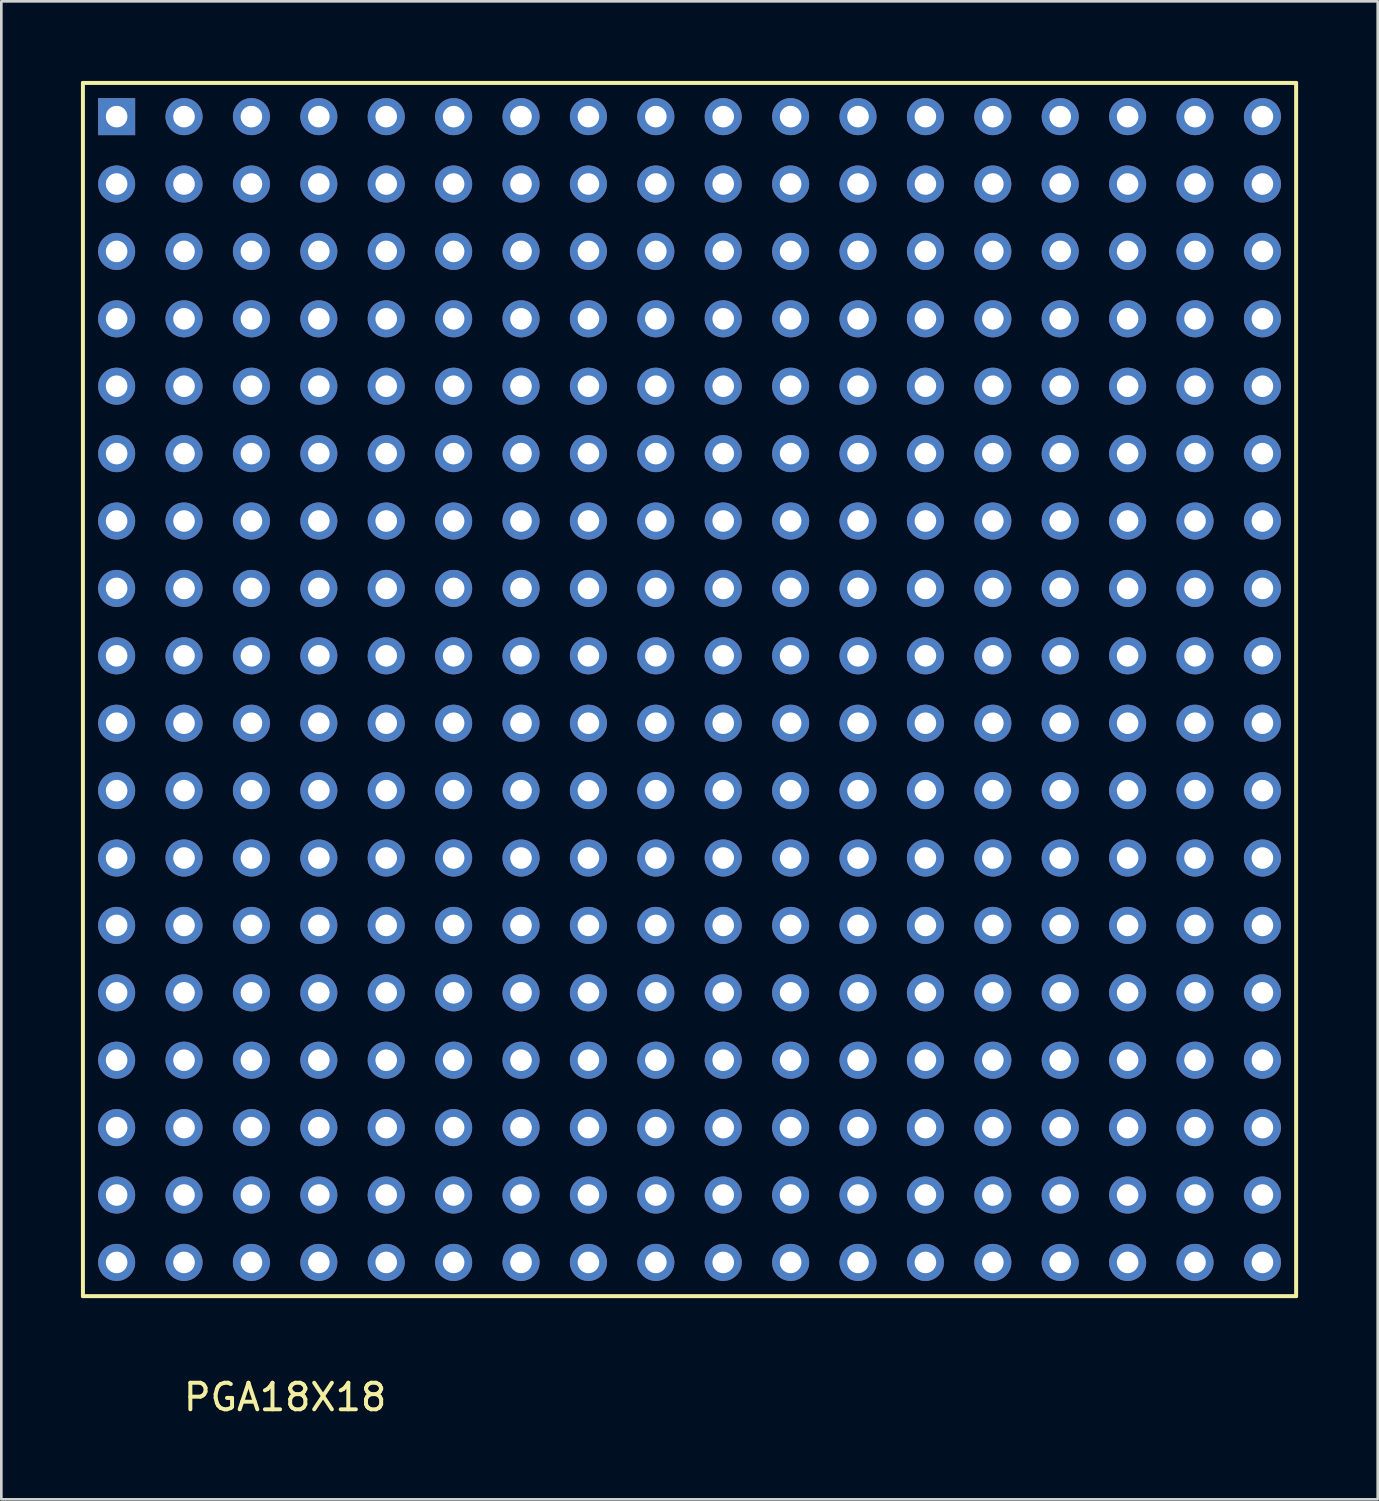
<source format=kicad_pcb>
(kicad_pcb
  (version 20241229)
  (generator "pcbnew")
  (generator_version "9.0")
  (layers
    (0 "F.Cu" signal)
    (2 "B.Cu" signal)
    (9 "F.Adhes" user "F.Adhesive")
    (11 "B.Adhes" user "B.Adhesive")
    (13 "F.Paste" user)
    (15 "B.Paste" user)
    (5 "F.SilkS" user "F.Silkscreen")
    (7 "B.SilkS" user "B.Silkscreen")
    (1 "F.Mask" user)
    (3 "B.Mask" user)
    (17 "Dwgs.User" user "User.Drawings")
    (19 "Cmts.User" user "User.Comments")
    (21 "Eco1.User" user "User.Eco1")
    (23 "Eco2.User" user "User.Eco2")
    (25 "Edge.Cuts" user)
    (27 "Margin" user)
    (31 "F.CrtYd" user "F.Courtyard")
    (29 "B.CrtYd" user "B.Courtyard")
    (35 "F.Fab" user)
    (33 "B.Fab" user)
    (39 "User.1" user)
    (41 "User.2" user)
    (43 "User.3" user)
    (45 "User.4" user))
  (footprint "PGA18X18"
    (layer "F.Cu")
    (at 22.935 22.935)
    (property "Reference" "PGA18X18" (at -15.24 26.67 0) (layer "F.SilkS") (effects (font (size 1 1) (thickness 0.15))))
    (attr through_hole)
    (fp_line (start -22.86 -22.86) (end 22.86 -22.86) (stroke (width 0.15) (type solid)) (layer "F.SilkS"))
    (fp_line (start -22.86 22.86) (end -22.86 -22.86) (stroke (width 0.15) (type solid)) (layer "F.SilkS"))
    (fp_line (start 22.86 -22.86) (end 22.86 22.86) (stroke (width 0.15) (type solid)) (layer "F.SilkS"))
    (fp_line (start 22.86 22.86) (end -22.86 22.86) (stroke (width 0.15) (type solid)) (layer "F.SilkS"))
    (pad "A1" thru_hole rect (at -21.59 -21.59) (size 1.397 1.397) (drill 0.813) (layers "*.Cu" "*.Mask"))
    (pad "A2" thru_hole circle (at -19.05 -21.59) (size 1.397 1.397) (drill 0.813) (layers "*.Cu" "*.Mask"))
    (pad "A3" thru_hole circle (at -16.51 -21.59) (size 1.397 1.397) (drill 0.813) (layers "*.Cu" "*.Mask"))
    (pad "A4" thru_hole circle (at -13.97 -21.59) (size 1.397 1.397) (drill 0.813) (layers "*.Cu" "*.Mask"))
    (pad "A5" thru_hole circle (at -11.43 -21.59) (size 1.397 1.397) (drill 0.813) (layers "*.Cu" "*.Mask"))
    (pad "A6" thru_hole circle (at -8.89 -21.59) (size 1.397 1.397) (drill 0.813) (layers "*.Cu" "*.Mask"))
    (pad "A7" thru_hole circle (at -6.35 -21.59) (size 1.397 1.397) (drill 0.813) (layers "*.Cu" "*.Mask"))
    (pad "A8" thru_hole circle (at -3.81 -21.59) (size 1.397 1.397) (drill 0.813) (layers "*.Cu" "*.Mask"))
    (pad "A9" thru_hole circle (at -1.27 -21.59) (size 1.397 1.397) (drill 0.813) (layers "*.Cu" "*.Mask"))
    (pad "A10" thru_hole circle (at 1.27 -21.59) (size 1.397 1.397) (drill 0.813) (layers "*.Cu" "*.Mask"))
    (pad "A11" thru_hole circle (at 3.81 -21.59) (size 1.397 1.397) (drill 0.813) (layers "*.Cu" "*.Mask"))
    (pad "A12" thru_hole circle (at 6.35 -21.59) (size 1.397 1.397) (drill 0.813) (layers "*.Cu" "*.Mask"))
    (pad "A13" thru_hole circle (at 8.89 -21.59) (size 1.397 1.397) (drill 0.813) (layers "*.Cu" "*.Mask"))
    (pad "A14" thru_hole circle (at 11.43 -21.59) (size 1.397 1.397) (drill 0.813) (layers "*.Cu" "*.Mask"))
    (pad "A15" thru_hole circle (at 13.97 -21.59) (size 1.397 1.397) (drill 0.813) (layers "*.Cu" "*.Mask"))
    (pad "A16" thru_hole circle (at 16.51 -21.59) (size 1.397 1.397) (drill 0.813) (layers "*.Cu" "*.Mask"))
    (pad "A17" thru_hole circle (at 19.05 -21.59) (size 1.397 1.397) (drill 0.813) (layers "*.Cu" "*.Mask"))
    (pad "A18" thru_hole circle (at 21.59 -21.59) (size 1.397 1.397) (drill 0.813) (layers "*.Cu" "*.Mask"))
    (pad "B1" thru_hole circle (at -21.59 -19.05) (size 1.397 1.397) (drill 0.813) (layers "*.Cu" "*.Mask"))
    (pad "B2" thru_hole circle (at -19.05 -19.05) (size 1.397 1.397) (drill 0.813) (layers "*.Cu" "*.Mask"))
    (pad "B3" thru_hole circle (at -16.51 -19.05) (size 1.397 1.397) (drill 0.813) (layers "*.Cu" "*.Mask"))
    (pad "B4" thru_hole circle (at -13.97 -19.05) (size 1.397 1.397) (drill 0.813) (layers "*.Cu" "*.Mask"))
    (pad "B5" thru_hole circle (at -11.43 -19.05) (size 1.397 1.397) (drill 0.813) (layers "*.Cu" "*.Mask"))
    (pad "B6" thru_hole circle (at -8.89 -19.05) (size 1.397 1.397) (drill 0.813) (layers "*.Cu" "*.Mask"))
    (pad "B7" thru_hole circle (at -6.35 -19.05) (size 1.397 1.397) (drill 0.813) (layers "*.Cu" "*.Mask"))
    (pad "B8" thru_hole circle (at -3.81 -19.05) (size 1.397 1.397) (drill 0.813) (layers "*.Cu" "*.Mask"))
    (pad "B9" thru_hole circle (at -1.27 -19.05) (size 1.397 1.397) (drill 0.813) (layers "*.Cu" "*.Mask"))
    (pad "B10" thru_hole circle (at 1.27 -19.05) (size 1.397 1.397) (drill 0.813) (layers "*.Cu" "*.Mask"))
    (pad "B11" thru_hole circle (at 3.81 -19.05) (size 1.397 1.397) (drill 0.813) (layers "*.Cu" "*.Mask"))
    (pad "B12" thru_hole circle (at 6.35 -19.05) (size 1.397 1.397) (drill 0.813) (layers "*.Cu" "*.Mask"))
    (pad "B13" thru_hole circle (at 8.89 -19.05) (size 1.397 1.397) (drill 0.813) (layers "*.Cu" "*.Mask"))
    (pad "B14" thru_hole circle (at 11.43 -19.05) (size 1.397 1.397) (drill 0.813) (layers "*.Cu" "*.Mask"))
    (pad "B15" thru_hole circle (at 13.97 -19.05) (size 1.397 1.397) (drill 0.813) (layers "*.Cu" "*.Mask"))
    (pad "B16" thru_hole circle (at 16.51 -19.05) (size 1.397 1.397) (drill 0.813) (layers "*.Cu" "*.Mask"))
    (pad "B17" thru_hole circle (at 19.05 -19.05) (size 1.397 1.397) (drill 0.813) (layers "*.Cu" "*.Mask"))
    (pad "B18" thru_hole circle (at 21.59 -19.05) (size 1.397 1.397) (drill 0.813) (layers "*.Cu" "*.Mask"))
    (pad "C1" thru_hole circle (at -21.59 -16.51) (size 1.397 1.397) (drill 0.813) (layers "*.Cu" "*.Mask"))
    (pad "C2" thru_hole circle (at -19.05 -16.51) (size 1.397 1.397) (drill 0.813) (layers "*.Cu" "*.Mask"))
    (pad "C3" thru_hole circle (at -16.51 -16.51) (size 1.397 1.397) (drill 0.813) (layers "*.Cu" "*.Mask"))
    (pad "C4" thru_hole circle (at -13.97 -16.51) (size 1.397 1.397) (drill 0.813) (layers "*.Cu" "*.Mask"))
    (pad "C5" thru_hole circle (at -11.43 -16.51) (size 1.397 1.397) (drill 0.813) (layers "*.Cu" "*.Mask"))
    (pad "C6" thru_hole circle (at -8.89 -16.51) (size 1.397 1.397) (drill 0.813) (layers "*.Cu" "*.Mask"))
    (pad "C7" thru_hole circle (at -6.35 -16.51) (size 1.397 1.397) (drill 0.813) (layers "*.Cu" "*.Mask"))
    (pad "C8" thru_hole circle (at -3.81 -16.51) (size 1.397 1.397) (drill 0.813) (layers "*.Cu" "*.Mask"))
    (pad "C9" thru_hole circle (at -1.27 -16.51) (size 1.397 1.397) (drill 0.813) (layers "*.Cu" "*.Mask"))
    (pad "C10" thru_hole circle (at 1.27 -16.51) (size 1.397 1.397) (drill 0.813) (layers "*.Cu" "*.Mask"))
    (pad "C11" thru_hole circle (at 3.81 -16.51) (size 1.397 1.397) (drill 0.813) (layers "*.Cu" "*.Mask"))
    (pad "C12" thru_hole circle (at 6.35 -16.51) (size 1.397 1.397) (drill 0.813) (layers "*.Cu" "*.Mask"))
    (pad "C13" thru_hole circle (at 8.89 -16.51) (size 1.397 1.397) (drill 0.813) (layers "*.Cu" "*.Mask"))
    (pad "C14" thru_hole circle (at 11.43 -16.51) (size 1.397 1.397) (drill 0.813) (layers "*.Cu" "*.Mask"))
    (pad "C15" thru_hole circle (at 13.97 -16.51) (size 1.397 1.397) (drill 0.813) (layers "*.Cu" "*.Mask"))
    (pad "C16" thru_hole circle (at 16.51 -16.51) (size 1.397 1.397) (drill 0.813) (layers "*.Cu" "*.Mask"))
    (pad "C17" thru_hole circle (at 19.05 -16.51) (size 1.397 1.397) (drill 0.813) (layers "*.Cu" "*.Mask"))
    (pad "C18" thru_hole circle (at 21.59 -16.51) (size 1.397 1.397) (drill 0.813) (layers "*.Cu" "*.Mask"))
    (pad "D1" thru_hole circle (at -21.59 -13.97) (size 1.397 1.397) (drill 0.813) (layers "*.Cu" "*.Mask"))
    (pad "D2" thru_hole circle (at -19.05 -13.97) (size 1.397 1.397) (drill 0.813) (layers "*.Cu" "*.Mask"))
    (pad "D3" thru_hole circle (at -16.51 -13.97) (size 1.397 1.397) (drill 0.813) (layers "*.Cu" "*.Mask"))
    (pad "D4" thru_hole circle (at -13.97 -13.97) (size 1.397 1.397) (drill 0.813) (layers "*.Cu" "*.Mask"))
    (pad "D5" thru_hole circle (at -11.43 -13.97) (size 1.397 1.397) (drill 0.813) (layers "*.Cu" "*.Mask"))
    (pad "D6" thru_hole circle (at -8.89 -13.97) (size 1.397 1.397) (drill 0.813) (layers "*.Cu" "*.Mask"))
    (pad "D7" thru_hole circle (at -6.35 -13.97) (size 1.397 1.397) (drill 0.813) (layers "*.Cu" "*.Mask"))
    (pad "D8" thru_hole circle (at -3.81 -13.97) (size 1.397 1.397) (drill 0.813) (layers "*.Cu" "*.Mask"))
    (pad "D9" thru_hole circle (at -1.27 -13.97) (size 1.397 1.397) (drill 0.813) (layers "*.Cu" "*.Mask"))
    (pad "D10" thru_hole circle (at 1.27 -13.97) (size 1.397 1.397) (drill 0.813) (layers "*.Cu" "*.Mask"))
    (pad "D11" thru_hole circle (at 3.81 -13.97) (size 1.397 1.397) (drill 0.813) (layers "*.Cu" "*.Mask"))
    (pad "D12" thru_hole circle (at 6.35 -13.97) (size 1.397 1.397) (drill 0.813) (layers "*.Cu" "*.Mask"))
    (pad "D13" thru_hole circle (at 8.89 -13.97) (size 1.397 1.397) (drill 0.813) (layers "*.Cu" "*.Mask"))
    (pad "D14" thru_hole circle (at 11.43 -13.97) (size 1.397 1.397) (drill 0.813) (layers "*.Cu" "*.Mask"))
    (pad "D15" thru_hole circle (at 13.97 -13.97) (size 1.397 1.397) (drill 0.813) (layers "*.Cu" "*.Mask"))
    (pad "D16" thru_hole circle (at 16.51 -13.97) (size 1.397 1.397) (drill 0.813) (layers "*.Cu" "*.Mask"))
    (pad "D17" thru_hole circle (at 19.05 -13.97) (size 1.397 1.397) (drill 0.813) (layers "*.Cu" "*.Mask"))
    (pad "D18" thru_hole circle (at 21.59 -13.97) (size 1.397 1.397) (drill 0.813) (layers "*.Cu" "*.Mask"))
    (pad "E1" thru_hole circle (at -21.59 -11.43) (size 1.397 1.397) (drill 0.813) (layers "*.Cu" "*.Mask"))
    (pad "E2" thru_hole circle (at -19.05 -11.43) (size 1.397 1.397) (drill 0.813) (layers "*.Cu" "*.Mask"))
    (pad "E3" thru_hole circle (at -16.51 -11.43) (size 1.397 1.397) (drill 0.813) (layers "*.Cu" "*.Mask"))
    (pad "E4" thru_hole circle (at -13.97 -11.43) (size 1.397 1.397) (drill 0.813) (layers "*.Cu" "*.Mask"))
    (pad "E5" thru_hole circle (at -11.43 -11.43) (size 1.397 1.397) (drill 0.813) (layers "*.Cu" "*.Mask"))
    (pad "E6" thru_hole circle (at -8.89 -11.43) (size 1.397 1.397) (drill 0.813) (layers "*.Cu" "*.Mask"))
    (pad "E7" thru_hole circle (at -6.35 -11.43) (size 1.397 1.397) (drill 0.813) (layers "*.Cu" "*.Mask"))
    (pad "E8" thru_hole circle (at -3.81 -11.43) (size 1.397 1.397) (drill 0.813) (layers "*.Cu" "*.Mask"))
    (pad "E9" thru_hole circle (at -1.27 -11.43) (size 1.397 1.397) (drill 0.813) (layers "*.Cu" "*.Mask"))
    (pad "E10" thru_hole circle (at 1.27 -11.43) (size 1.397 1.397) (drill 0.813) (layers "*.Cu" "*.Mask"))
    (pad "E11" thru_hole circle (at 3.81 -11.43) (size 1.397 1.397) (drill 0.813) (layers "*.Cu" "*.Mask"))
    (pad "E12" thru_hole circle (at 6.35 -11.43) (size 1.397 1.397) (drill 0.813) (layers "*.Cu" "*.Mask"))
    (pad "E13" thru_hole circle (at 8.89 -11.43) (size 1.397 1.397) (drill 0.813) (layers "*.Cu" "*.Mask"))
    (pad "E14" thru_hole circle (at 11.43 -11.43) (size 1.397 1.397) (drill 0.813) (layers "*.Cu" "*.Mask"))
    (pad "E15" thru_hole circle (at 13.97 -11.43) (size 1.397 1.397) (drill 0.813) (layers "*.Cu" "*.Mask"))
    (pad "E16" thru_hole circle (at 16.51 -11.43) (size 1.397 1.397) (drill 0.813) (layers "*.Cu" "*.Mask"))
    (pad "E17" thru_hole circle (at 19.05 -11.43) (size 1.397 1.397) (drill 0.813) (layers "*.Cu" "*.Mask"))
    (pad "E18" thru_hole circle (at 21.59 -11.43) (size 1.397 1.397) (drill 0.813) (layers "*.Cu" "*.Mask"))
    (pad "F1" thru_hole circle (at -21.59 -8.89) (size 1.397 1.397) (drill 0.813) (layers "*.Cu" "*.Mask"))
    (pad "F2" thru_hole circle (at -19.05 -8.89) (size 1.397 1.397) (drill 0.813) (layers "*.Cu" "*.Mask"))
    (pad "F3" thru_hole circle (at -16.51 -8.89) (size 1.397 1.397) (drill 0.813) (layers "*.Cu" "*.Mask"))
    (pad "F4" thru_hole circle (at -13.97 -8.89) (size 1.397 1.397) (drill 0.813) (layers "*.Cu" "*.Mask"))
    (pad "F5" thru_hole circle (at -11.43 -8.89) (size 1.397 1.397) (drill 0.813) (layers "*.Cu" "*.Mask"))
    (pad "F6" thru_hole circle (at -8.89 -8.89) (size 1.397 1.397) (drill 0.813) (layers "*.Cu" "*.Mask"))
    (pad "F7" thru_hole circle (at -6.35 -8.89) (size 1.397 1.397) (drill 0.813) (layers "*.Cu" "*.Mask"))
    (pad "F8" thru_hole circle (at -3.81 -8.89) (size 1.397 1.397) (drill 0.813) (layers "*.Cu" "*.Mask"))
    (pad "F9" thru_hole circle (at -1.27 -8.89) (size 1.397 1.397) (drill 0.813) (layers "*.Cu" "*.Mask"))
    (pad "F10" thru_hole circle (at 1.27 -8.89) (size 1.397 1.397) (drill 0.813) (layers "*.Cu" "*.Mask"))
    (pad "F11" thru_hole circle (at 3.81 -8.89) (size 1.397 1.397) (drill 0.813) (layers "*.Cu" "*.Mask"))
    (pad "F12" thru_hole circle (at 6.35 -8.89) (size 1.397 1.397) (drill 0.813) (layers "*.Cu" "*.Mask"))
    (pad "F13" thru_hole circle (at 8.89 -8.89) (size 1.397 1.397) (drill 0.813) (layers "*.Cu" "*.Mask"))
    (pad "F14" thru_hole circle (at 11.43 -8.89) (size 1.397 1.397) (drill 0.813) (layers "*.Cu" "*.Mask"))
    (pad "F15" thru_hole circle (at 13.97 -8.89) (size 1.397 1.397) (drill 0.813) (layers "*.Cu" "*.Mask"))
    (pad "F16" thru_hole circle (at 16.51 -8.89) (size 1.397 1.397) (drill 0.813) (layers "*.Cu" "*.Mask"))
    (pad "F17" thru_hole circle (at 19.05 -8.89) (size 1.397 1.397) (drill 0.813) (layers "*.Cu" "*.Mask"))
    (pad "F18" thru_hole circle (at 21.59 -8.89) (size 1.397 1.397) (drill 0.813) (layers "*.Cu" "*.Mask"))
    (pad "G1" thru_hole circle (at -21.59 -6.35) (size 1.397 1.397) (drill 0.813) (layers "*.Cu" "*.Mask"))
    (pad "G2" thru_hole circle (at -19.05 -6.35) (size 1.397 1.397) (drill 0.813) (layers "*.Cu" "*.Mask"))
    (pad "G3" thru_hole circle (at -16.51 -6.35) (size 1.397 1.397) (drill 0.813) (layers "*.Cu" "*.Mask"))
    (pad "G4" thru_hole circle (at -13.97 -6.35) (size 1.397 1.397) (drill 0.813) (layers "*.Cu" "*.Mask"))
    (pad "G5" thru_hole circle (at -11.43 -6.35) (size 1.397 1.397) (drill 0.813) (layers "*.Cu" "*.Mask"))
    (pad "G6" thru_hole circle (at -8.89 -6.35) (size 1.397 1.397) (drill 0.813) (layers "*.Cu" "*.Mask"))
    (pad "G7" thru_hole circle (at -6.35 -6.35) (size 1.397 1.397) (drill 0.813) (layers "*.Cu" "*.Mask"))
    (pad "G8" thru_hole circle (at -3.81 -6.35) (size 1.397 1.397) (drill 0.813) (layers "*.Cu" "*.Mask"))
    (pad "G9" thru_hole circle (at -1.27 -6.35) (size 1.397 1.397) (drill 0.813) (layers "*.Cu" "*.Mask"))
    (pad "G10" thru_hole circle (at 1.27 -6.35) (size 1.397 1.397) (drill 0.813) (layers "*.Cu" "*.Mask"))
    (pad "G11" thru_hole circle (at 3.81 -6.35) (size 1.397 1.397) (drill 0.813) (layers "*.Cu" "*.Mask"))
    (pad "G12" thru_hole circle (at 6.35 -6.35) (size 1.397 1.397) (drill 0.813) (layers "*.Cu" "*.Mask"))
    (pad "G13" thru_hole circle (at 8.89 -6.35) (size 1.397 1.397) (drill 0.813) (layers "*.Cu" "*.Mask"))
    (pad "G14" thru_hole circle (at 11.43 -6.35) (size 1.397 1.397) (drill 0.813) (layers "*.Cu" "*.Mask"))
    (pad "G15" thru_hole circle (at 13.97 -6.35) (size 1.397 1.397) (drill 0.813) (layers "*.Cu" "*.Mask"))
    (pad "G16" thru_hole circle (at 16.51 -6.35) (size 1.397 1.397) (drill 0.813) (layers "*.Cu" "*.Mask"))
    (pad "G17" thru_hole circle (at 19.05 -6.35) (size 1.397 1.397) (drill 0.813) (layers "*.Cu" "*.Mask"))
    (pad "G18" thru_hole circle (at 21.59 -6.35) (size 1.397 1.397) (drill 0.813) (layers "*.Cu" "*.Mask"))
    (pad "H1" thru_hole circle (at -21.59 -3.81) (size 1.397 1.397) (drill 0.813) (layers "*.Cu" "*.Mask"))
    (pad "H2" thru_hole circle (at -19.05 -3.81) (size 1.397 1.397) (drill 0.813) (layers "*.Cu" "*.Mask"))
    (pad "H3" thru_hole circle (at -16.51 -3.81) (size 1.397 1.397) (drill 0.813) (layers "*.Cu" "*.Mask"))
    (pad "H4" thru_hole circle (at -13.97 -3.81) (size 1.397 1.397) (drill 0.813) (layers "*.Cu" "*.Mask"))
    (pad "H5" thru_hole circle (at -11.43 -3.81) (size 1.397 1.397) (drill 0.813) (layers "*.Cu" "*.Mask"))
    (pad "H6" thru_hole circle (at -8.89 -3.81) (size 1.397 1.397) (drill 0.813) (layers "*.Cu" "*.Mask"))
    (pad "H7" thru_hole circle (at -6.35 -3.81) (size 1.397 1.397) (drill 0.813) (layers "*.Cu" "*.Mask"))
    (pad "H8" thru_hole circle (at -3.81 -3.81) (size 1.397 1.397) (drill 0.813) (layers "*.Cu" "*.Mask"))
    (pad "H9" thru_hole circle (at -1.27 -3.81) (size 1.397 1.397) (drill 0.813) (layers "*.Cu" "*.Mask"))
    (pad "H10" thru_hole circle (at 1.27 -3.81) (size 1.397 1.397) (drill 0.813) (layers "*.Cu" "*.Mask"))
    (pad "H11" thru_hole circle (at 3.81 -3.81) (size 1.397 1.397) (drill 0.813) (layers "*.Cu" "*.Mask"))
    (pad "H12" thru_hole circle (at 6.35 -3.81) (size 1.397 1.397) (drill 0.813) (layers "*.Cu" "*.Mask"))
    (pad "H13" thru_hole circle (at 8.89 -3.81) (size 1.397 1.397) (drill 0.813) (layers "*.Cu" "*.Mask"))
    (pad "H14" thru_hole circle (at 11.43 -3.81) (size 1.397 1.397) (drill 0.813) (layers "*.Cu" "*.Mask"))
    (pad "H15" thru_hole circle (at 13.97 -3.81) (size 1.397 1.397) (drill 0.813) (layers "*.Cu" "*.Mask"))
    (pad "H16" thru_hole circle (at 16.51 -3.81) (size 1.397 1.397) (drill 0.813) (layers "*.Cu" "*.Mask"))
    (pad "H17" thru_hole circle (at 19.05 -3.81) (size 1.397 1.397) (drill 0.813) (layers "*.Cu" "*.Mask"))
    (pad "H18" thru_hole circle (at 21.59 -3.81) (size 1.397 1.397) (drill 0.813) (layers "*.Cu" "*.Mask"))
    (pad "J1" thru_hole circle (at -21.59 -1.27) (size 1.397 1.397) (drill 0.813) (layers "*.Cu" "*.Mask"))
    (pad "J2" thru_hole circle (at -19.05 -1.27) (size 1.397 1.397) (drill 0.813) (layers "*.Cu" "*.Mask"))
    (pad "J3" thru_hole circle (at -16.51 -1.27) (size 1.397 1.397) (drill 0.813) (layers "*.Cu" "*.Mask"))
    (pad "J4" thru_hole circle (at -13.97 -1.27) (size 1.397 1.397) (drill 0.813) (layers "*.Cu" "*.Mask"))
    (pad "J5" thru_hole circle (at -11.43 -1.27) (size 1.397 1.397) (drill 0.813) (layers "*.Cu" "*.Mask"))
    (pad "J6" thru_hole circle (at -8.89 -1.27) (size 1.397 1.397) (drill 0.813) (layers "*.Cu" "*.Mask"))
    (pad "J7" thru_hole circle (at -6.35 -1.27) (size 1.397 1.397) (drill 0.813) (layers "*.Cu" "*.Mask"))
    (pad "J8" thru_hole circle (at -3.81 -1.27) (size 1.397 1.397) (drill 0.813) (layers "*.Cu" "*.Mask"))
    (pad "J9" thru_hole circle (at -1.27 -1.27) (size 1.397 1.397) (drill 0.813) (layers "*.Cu" "*.Mask"))
    (pad "J10" thru_hole circle (at 1.27 -1.27) (size 1.397 1.397) (drill 0.813) (layers "*.Cu" "*.Mask"))
    (pad "J11" thru_hole circle (at 3.81 -1.27) (size 1.397 1.397) (drill 0.813) (layers "*.Cu" "*.Mask"))
    (pad "J12" thru_hole circle (at 6.35 -1.27) (size 1.397 1.397) (drill 0.813) (layers "*.Cu" "*.Mask"))
    (pad "J13" thru_hole circle (at 8.89 -1.27) (size 1.397 1.397) (drill 0.813) (layers "*.Cu" "*.Mask"))
    (pad "J14" thru_hole circle (at 11.43 -1.27) (size 1.397 1.397) (drill 0.813) (layers "*.Cu" "*.Mask"))
    (pad "J15" thru_hole circle (at 13.97 -1.27) (size 1.397 1.397) (drill 0.813) (layers "*.Cu" "*.Mask"))
    (pad "J16" thru_hole circle (at 16.51 -1.27) (size 1.397 1.397) (drill 0.813) (layers "*.Cu" "*.Mask"))
    (pad "J17" thru_hole circle (at 19.05 -1.27) (size 1.397 1.397) (drill 0.813) (layers "*.Cu" "*.Mask"))
    (pad "J18" thru_hole circle (at 21.59 -1.27) (size 1.397 1.397) (drill 0.813) (layers "*.Cu" "*.Mask"))
    (pad "K1" thru_hole circle (at -21.59 1.27) (size 1.397 1.397) (drill 0.813) (layers "*.Cu" "*.Mask"))
    (pad "K2" thru_hole circle (at -19.05 1.27) (size 1.397 1.397) (drill 0.813) (layers "*.Cu" "*.Mask"))
    (pad "K3" thru_hole circle (at -16.51 1.27) (size 1.397 1.397) (drill 0.813) (layers "*.Cu" "*.Mask"))
    (pad "K4" thru_hole circle (at -13.97 1.27) (size 1.397 1.397) (drill 0.813) (layers "*.Cu" "*.Mask"))
    (pad "K5" thru_hole circle (at -11.43 1.27) (size 1.397 1.397) (drill 0.813) (layers "*.Cu" "*.Mask"))
    (pad "K6" thru_hole circle (at -8.89 1.27) (size 1.397 1.397) (drill 0.813) (layers "*.Cu" "*.Mask"))
    (pad "K7" thru_hole circle (at -6.35 1.27) (size 1.397 1.397) (drill 0.813) (layers "*.Cu" "*.Mask"))
    (pad "K8" thru_hole circle (at -3.81 1.27) (size 1.397 1.397) (drill 0.813) (layers "*.Cu" "*.Mask"))
    (pad "K9" thru_hole circle (at -1.27 1.27) (size 1.397 1.397) (drill 0.813) (layers "*.Cu" "*.Mask"))
    (pad "K10" thru_hole circle (at 1.27 1.27) (size 1.397 1.397) (drill 0.813) (layers "*.Cu" "*.Mask"))
    (pad "K11" thru_hole circle (at 3.81 1.27) (size 1.397 1.397) (drill 0.813) (layers "*.Cu" "*.Mask"))
    (pad "K12" thru_hole circle (at 6.35 1.27) (size 1.397 1.397) (drill 0.813) (layers "*.Cu" "*.Mask"))
    (pad "K13" thru_hole circle (at 8.89 1.27) (size 1.397 1.397) (drill 0.813) (layers "*.Cu" "*.Mask"))
    (pad "K14" thru_hole circle (at 11.43 1.27) (size 1.397 1.397) (drill 0.813) (layers "*.Cu" "*.Mask"))
    (pad "K15" thru_hole circle (at 13.97 1.27) (size 1.397 1.397) (drill 0.813) (layers "*.Cu" "*.Mask"))
    (pad "K16" thru_hole circle (at 16.51 1.27) (size 1.397 1.397) (drill 0.813) (layers "*.Cu" "*.Mask"))
    (pad "K17" thru_hole circle (at 19.05 1.27) (size 1.397 1.397) (drill 0.813) (layers "*.Cu" "*.Mask"))
    (pad "K18" thru_hole circle (at 21.59 1.27) (size 1.397 1.397) (drill 0.813) (layers "*.Cu" "*.Mask"))
    (pad "L1" thru_hole circle (at -21.59 3.81) (size 1.397 1.397) (drill 0.813) (layers "*.Cu" "*.Mask"))
    (pad "L2" thru_hole circle (at -19.05 3.81) (size 1.397 1.397) (drill 0.813) (layers "*.Cu" "*.Mask"))
    (pad "L3" thru_hole circle (at -16.51 3.81) (size 1.397 1.397) (drill 0.813) (layers "*.Cu" "*.Mask"))
    (pad "L4" thru_hole circle (at -13.97 3.81) (size 1.397 1.397) (drill 0.813) (layers "*.Cu" "*.Mask"))
    (pad "L5" thru_hole circle (at -11.43 3.81) (size 1.397 1.397) (drill 0.813) (layers "*.Cu" "*.Mask"))
    (pad "L6" thru_hole circle (at -8.89 3.81) (size 1.397 1.397) (drill 0.813) (layers "*.Cu" "*.Mask"))
    (pad "L7" thru_hole circle (at -6.35 3.81) (size 1.397 1.397) (drill 0.813) (layers "*.Cu" "*.Mask"))
    (pad "L8" thru_hole circle (at -3.81 3.81) (size 1.397 1.397) (drill 0.813) (layers "*.Cu" "*.Mask"))
    (pad "L9" thru_hole circle (at -1.27 3.81) (size 1.397 1.397) (drill 0.813) (layers "*.Cu" "*.Mask"))
    (pad "L10" thru_hole circle (at 1.27 3.81) (size 1.397 1.397) (drill 0.813) (layers "*.Cu" "*.Mask"))
    (pad "L11" thru_hole circle (at 3.81 3.81) (size 1.397 1.397) (drill 0.813) (layers "*.Cu" "*.Mask"))
    (pad "L12" thru_hole circle (at 6.35 3.81) (size 1.397 1.397) (drill 0.813) (layers "*.Cu" "*.Mask"))
    (pad "L13" thru_hole circle (at 8.89 3.81) (size 1.397 1.397) (drill 0.813) (layers "*.Cu" "*.Mask"))
    (pad "L14" thru_hole circle (at 11.43 3.81) (size 1.397 1.397) (drill 0.813) (layers "*.Cu" "*.Mask"))
    (pad "L15" thru_hole circle (at 13.97 3.81) (size 1.397 1.397) (drill 0.813) (layers "*.Cu" "*.Mask"))
    (pad "L16" thru_hole circle (at 16.51 3.81) (size 1.397 1.397) (drill 0.813) (layers "*.Cu" "*.Mask"))
    (pad "L17" thru_hole circle (at 19.05 3.81) (size 1.397 1.397) (drill 0.813) (layers "*.Cu" "*.Mask"))
    (pad "L18" thru_hole circle (at 21.59 3.81) (size 1.397 1.397) (drill 0.813) (layers "*.Cu" "*.Mask"))
    (pad "M1" thru_hole circle (at -21.59 6.35) (size 1.397 1.397) (drill 0.813) (layers "*.Cu" "*.Mask"))
    (pad "M2" thru_hole circle (at -19.05 6.35) (size 1.397 1.397) (drill 0.813) (layers "*.Cu" "*.Mask"))
    (pad "M3" thru_hole circle (at -16.51 6.35) (size 1.397 1.397) (drill 0.813) (layers "*.Cu" "*.Mask"))
    (pad "M4" thru_hole circle (at -13.97 6.35) (size 1.397 1.397) (drill 0.813) (layers "*.Cu" "*.Mask"))
    (pad "M5" thru_hole circle (at -11.43 6.35) (size 1.397 1.397) (drill 0.813) (layers "*.Cu" "*.Mask"))
    (pad "M6" thru_hole circle (at -8.89 6.35) (size 1.397 1.397) (drill 0.813) (layers "*.Cu" "*.Mask"))
    (pad "M7" thru_hole circle (at -6.35 6.35) (size 1.397 1.397) (drill 0.813) (layers "*.Cu" "*.Mask"))
    (pad "M8" thru_hole circle (at -3.81 6.35) (size 1.397 1.397) (drill 0.813) (layers "*.Cu" "*.Mask"))
    (pad "M9" thru_hole circle (at -1.27 6.35) (size 1.397 1.397) (drill 0.813) (layers "*.Cu" "*.Mask"))
    (pad "M10" thru_hole circle (at 1.27 6.35) (size 1.397 1.397) (drill 0.813) (layers "*.Cu" "*.Mask"))
    (pad "M11" thru_hole circle (at 3.81 6.35) (size 1.397 1.397) (drill 0.813) (layers "*.Cu" "*.Mask"))
    (pad "M12" thru_hole circle (at 6.35 6.35) (size 1.397 1.397) (drill 0.813) (layers "*.Cu" "*.Mask"))
    (pad "M13" thru_hole circle (at 8.89 6.35) (size 1.397 1.397) (drill 0.813) (layers "*.Cu" "*.Mask"))
    (pad "M14" thru_hole circle (at 11.43 6.35) (size 1.397 1.397) (drill 0.813) (layers "*.Cu" "*.Mask"))
    (pad "M15" thru_hole circle (at 13.97 6.35) (size 1.397 1.397) (drill 0.813) (layers "*.Cu" "*.Mask"))
    (pad "M16" thru_hole circle (at 16.51 6.35) (size 1.397 1.397) (drill 0.813) (layers "*.Cu" "*.Mask"))
    (pad "M17" thru_hole circle (at 19.05 6.35) (size 1.397 1.397) (drill 0.813) (layers "*.Cu" "*.Mask"))
    (pad "M18" thru_hole circle (at 21.59 6.35) (size 1.397 1.397) (drill 0.813) (layers "*.Cu" "*.Mask"))
    (pad "N1" thru_hole circle (at -21.59 8.89) (size 1.397 1.397) (drill 0.813) (layers "*.Cu" "*.Mask"))
    (pad "N2" thru_hole circle (at -19.05 8.89) (size 1.397 1.397) (drill 0.813) (layers "*.Cu" "*.Mask"))
    (pad "N3" thru_hole circle (at -16.51 8.89) (size 1.397 1.397) (drill 0.813) (layers "*.Cu" "*.Mask"))
    (pad "N4" thru_hole circle (at -13.97 8.89) (size 1.397 1.397) (drill 0.813) (layers "*.Cu" "*.Mask"))
    (pad "N5" thru_hole circle (at -11.43 8.89) (size 1.397 1.397) (drill 0.813) (layers "*.Cu" "*.Mask"))
    (pad "N6" thru_hole circle (at -8.89 8.89) (size 1.397 1.397) (drill 0.813) (layers "*.Cu" "*.Mask"))
    (pad "N7" thru_hole circle (at -6.35 8.89) (size 1.397 1.397) (drill 0.813) (layers "*.Cu" "*.Mask"))
    (pad "N8" thru_hole circle (at -3.81 8.89) (size 1.397 1.397) (drill 0.813) (layers "*.Cu" "*.Mask"))
    (pad "N9" thru_hole circle (at -1.27 8.89) (size 1.397 1.397) (drill 0.813) (layers "*.Cu" "*.Mask"))
    (pad "N10" thru_hole circle (at 1.27 8.89) (size 1.397 1.397) (drill 0.813) (layers "*.Cu" "*.Mask"))
    (pad "N11" thru_hole circle (at 3.81 8.89) (size 1.397 1.397) (drill 0.813) (layers "*.Cu" "*.Mask"))
    (pad "N12" thru_hole circle (at 6.35 8.89) (size 1.397 1.397) (drill 0.813) (layers "*.Cu" "*.Mask"))
    (pad "N13" thru_hole circle (at 8.89 8.89) (size 1.397 1.397) (drill 0.813) (layers "*.Cu" "*.Mask"))
    (pad "N14" thru_hole circle (at 11.43 8.89) (size 1.397 1.397) (drill 0.813) (layers "*.Cu" "*.Mask"))
    (pad "N15" thru_hole circle (at 13.97 8.89) (size 1.397 1.397) (drill 0.813) (layers "*.Cu" "*.Mask"))
    (pad "N16" thru_hole circle (at 16.51 8.89) (size 1.397 1.397) (drill 0.813) (layers "*.Cu" "*.Mask"))
    (pad "N17" thru_hole circle (at 19.05 8.89) (size 1.397 1.397) (drill 0.813) (layers "*.Cu" "*.Mask"))
    (pad "N18" thru_hole circle (at 21.59 8.89) (size 1.397 1.397) (drill 0.813) (layers "*.Cu" "*.Mask"))
    (pad "P1" thru_hole circle (at -21.59 11.43) (size 1.397 1.397) (drill 0.813) (layers "*.Cu" "*.Mask"))
    (pad "P2" thru_hole circle (at -19.05 11.43) (size 1.397 1.397) (drill 0.813) (layers "*.Cu" "*.Mask"))
    (pad "P3" thru_hole circle (at -16.51 11.43) (size 1.397 1.397) (drill 0.813) (layers "*.Cu" "*.Mask"))
    (pad "P4" thru_hole circle (at -13.97 11.43) (size 1.397 1.397) (drill 0.813) (layers "*.Cu" "*.Mask"))
    (pad "P5" thru_hole circle (at -11.43 11.43) (size 1.397 1.397) (drill 0.813) (layers "*.Cu" "*.Mask"))
    (pad "P6" thru_hole circle (at -8.89 11.43) (size 1.397 1.397) (drill 0.813) (layers "*.Cu" "*.Mask"))
    (pad "P7" thru_hole circle (at -6.35 11.43) (size 1.397 1.397) (drill 0.813) (layers "*.Cu" "*.Mask"))
    (pad "P8" thru_hole circle (at -3.81 11.43) (size 1.397 1.397) (drill 0.813) (layers "*.Cu" "*.Mask"))
    (pad "P9" thru_hole circle (at -1.27 11.43) (size 1.397 1.397) (drill 0.813) (layers "*.Cu" "*.Mask"))
    (pad "P10" thru_hole circle (at 1.27 11.43) (size 1.397 1.397) (drill 0.813) (layers "*.Cu" "*.Mask"))
    (pad "P11" thru_hole circle (at 3.81 11.43) (size 1.397 1.397) (drill 0.813) (layers "*.Cu" "*.Mask"))
    (pad "P12" thru_hole circle (at 6.35 11.43) (size 1.397 1.397) (drill 0.813) (layers "*.Cu" "*.Mask"))
    (pad "P13" thru_hole circle (at 8.89 11.43) (size 1.397 1.397) (drill 0.813) (layers "*.Cu" "*.Mask"))
    (pad "P14" thru_hole circle (at 11.43 11.43) (size 1.397 1.397) (drill 0.813) (layers "*.Cu" "*.Mask"))
    (pad "P15" thru_hole circle (at 13.97 11.43) (size 1.397 1.397) (drill 0.813) (layers "*.Cu" "*.Mask"))
    (pad "P16" thru_hole circle (at 16.51 11.43) (size 1.397 1.397) (drill 0.813) (layers "*.Cu" "*.Mask"))
    (pad "P17" thru_hole circle (at 19.05 11.43) (size 1.397 1.397) (drill 0.813) (layers "*.Cu" "*.Mask"))
    (pad "P18" thru_hole circle (at 21.59 11.43) (size 1.397 1.397) (drill 0.813) (layers "*.Cu" "*.Mask"))
    (pad "R1" thru_hole circle (at -21.59 13.97) (size 1.397 1.397) (drill 0.813) (layers "*.Cu" "*.Mask"))
    (pad "R2" thru_hole circle (at -19.05 13.97) (size 1.397 1.397) (drill 0.813) (layers "*.Cu" "*.Mask"))
    (pad "R3" thru_hole circle (at -16.51 13.97) (size 1.397 1.397) (drill 0.813) (layers "*.Cu" "*.Mask"))
    (pad "R4" thru_hole circle (at -13.97 13.97) (size 1.397 1.397) (drill 0.813) (layers "*.Cu" "*.Mask"))
    (pad "R5" thru_hole circle (at -11.43 13.97) (size 1.397 1.397) (drill 0.813) (layers "*.Cu" "*.Mask"))
    (pad "R6" thru_hole circle (at -8.89 13.97) (size 1.397 1.397) (drill 0.813) (layers "*.Cu" "*.Mask"))
    (pad "R7" thru_hole circle (at -6.35 13.97) (size 1.397 1.397) (drill 0.813) (layers "*.Cu" "*.Mask"))
    (pad "R8" thru_hole circle (at -3.81 13.97) (size 1.397 1.397) (drill 0.813) (layers "*.Cu" "*.Mask"))
    (pad "R9" thru_hole circle (at -1.27 13.97) (size 1.397 1.397) (drill 0.813) (layers "*.Cu" "*.Mask"))
    (pad "R10" thru_hole circle (at 1.27 13.97) (size 1.397 1.397) (drill 0.813) (layers "*.Cu" "*.Mask"))
    (pad "R11" thru_hole circle (at 3.81 13.97) (size 1.397 1.397) (drill 0.813) (layers "*.Cu" "*.Mask"))
    (pad "R12" thru_hole circle (at 6.35 13.97) (size 1.397 1.397) (drill 0.813) (layers "*.Cu" "*.Mask"))
    (pad "R13" thru_hole circle (at 8.89 13.97) (size 1.397 1.397) (drill 0.813) (layers "*.Cu" "*.Mask"))
    (pad "R14" thru_hole circle (at 11.43 13.97) (size 1.397 1.397) (drill 0.813) (layers "*.Cu" "*.Mask"))
    (pad "R15" thru_hole circle (at 13.97 13.97) (size 1.397 1.397) (drill 0.813) (layers "*.Cu" "*.Mask"))
    (pad "R16" thru_hole circle (at 16.51 13.97) (size 1.397 1.397) (drill 0.813) (layers "*.Cu" "*.Mask"))
    (pad "R17" thru_hole circle (at 19.05 13.97) (size 1.397 1.397) (drill 0.813) (layers "*.Cu" "*.Mask"))
    (pad "R18" thru_hole circle (at 21.59 13.97) (size 1.397 1.397) (drill 0.813) (layers "*.Cu" "*.Mask"))
    (pad "T1" thru_hole circle (at -21.59 16.51) (size 1.397 1.397) (drill 0.813) (layers "*.Cu" "*.Mask"))
    (pad "T2" thru_hole circle (at -19.05 16.51) (size 1.397 1.397) (drill 0.813) (layers "*.Cu" "*.Mask"))
    (pad "T3" thru_hole circle (at -16.51 16.51) (size 1.397 1.397) (drill 0.813) (layers "*.Cu" "*.Mask"))
    (pad "T4" thru_hole circle (at -13.97 16.51) (size 1.397 1.397) (drill 0.813) (layers "*.Cu" "*.Mask"))
    (pad "T5" thru_hole circle (at -11.43 16.51) (size 1.397 1.397) (drill 0.813) (layers "*.Cu" "*.Mask"))
    (pad "T6" thru_hole circle (at -8.89 16.51) (size 1.397 1.397) (drill 0.813) (layers "*.Cu" "*.Mask"))
    (pad "T7" thru_hole circle (at -6.35 16.51) (size 1.397 1.397) (drill 0.813) (layers "*.Cu" "*.Mask"))
    (pad "T8" thru_hole circle (at -3.81 16.51) (size 1.397 1.397) (drill 0.813) (layers "*.Cu" "*.Mask"))
    (pad "T9" thru_hole circle (at -1.27 16.51) (size 1.397 1.397) (drill 0.813) (layers "*.Cu" "*.Mask"))
    (pad "T10" thru_hole circle (at 1.27 16.51) (size 1.397 1.397) (drill 0.813) (layers "*.Cu" "*.Mask"))
    (pad "T11" thru_hole circle (at 3.81 16.51) (size 1.397 1.397) (drill 0.813) (layers "*.Cu" "*.Mask"))
    (pad "T12" thru_hole circle (at 6.35 16.51) (size 1.397 1.397) (drill 0.813) (layers "*.Cu" "*.Mask"))
    (pad "T13" thru_hole circle (at 8.89 16.51) (size 1.397 1.397) (drill 0.813) (layers "*.Cu" "*.Mask"))
    (pad "T14" thru_hole circle (at 11.43 16.51) (size 1.397 1.397) (drill 0.813) (layers "*.Cu" "*.Mask"))
    (pad "T15" thru_hole circle (at 13.97 16.51) (size 1.397 1.397) (drill 0.813) (layers "*.Cu" "*.Mask"))
    (pad "T16" thru_hole circle (at 16.51 16.51) (size 1.397 1.397) (drill 0.813) (layers "*.Cu" "*.Mask"))
    (pad "T17" thru_hole circle (at 19.05 16.51) (size 1.397 1.397) (drill 0.813) (layers "*.Cu" "*.Mask"))
    (pad "T18" thru_hole circle (at 21.59 16.51) (size 1.397 1.397) (drill 0.813) (layers "*.Cu" "*.Mask"))
    (pad "U1" thru_hole circle (at -21.59 19.05) (size 1.397 1.397) (drill 0.813) (layers "*.Cu" "*.Mask"))
    (pad "U2" thru_hole circle (at -19.05 19.05) (size 1.397 1.397) (drill 0.813) (layers "*.Cu" "*.Mask"))
    (pad "U3" thru_hole circle (at -16.51 19.05) (size 1.397 1.397) (drill 0.813) (layers "*.Cu" "*.Mask"))
    (pad "U4" thru_hole circle (at -13.97 19.05) (size 1.397 1.397) (drill 0.813) (layers "*.Cu" "*.Mask"))
    (pad "U5" thru_hole circle (at -11.43 19.05) (size 1.397 1.397) (drill 0.813) (layers "*.Cu" "*.Mask"))
    (pad "U6" thru_hole circle (at -8.89 19.05) (size 1.397 1.397) (drill 0.813) (layers "*.Cu" "*.Mask"))
    (pad "U7" thru_hole circle (at -6.35 19.05) (size 1.397 1.397) (drill 0.813) (layers "*.Cu" "*.Mask"))
    (pad "U8" thru_hole circle (at -3.81 19.05) (size 1.397 1.397) (drill 0.813) (layers "*.Cu" "*.Mask"))
    (pad "U9" thru_hole circle (at -1.27 19.05) (size 1.397 1.397) (drill 0.813) (layers "*.Cu" "*.Mask"))
    (pad "U10" thru_hole circle (at 1.27 19.05) (size 1.397 1.397) (drill 0.813) (layers "*.Cu" "*.Mask"))
    (pad "U11" thru_hole circle (at 3.81 19.05) (size 1.397 1.397) (drill 0.813) (layers "*.Cu" "*.Mask"))
    (pad "U12" thru_hole circle (at 6.35 19.05) (size 1.397 1.397) (drill 0.813) (layers "*.Cu" "*.Mask"))
    (pad "U13" thru_hole circle (at 8.89 19.05) (size 1.397 1.397) (drill 0.813) (layers "*.Cu" "*.Mask"))
    (pad "U14" thru_hole circle (at 11.43 19.05) (size 1.397 1.397) (drill 0.813) (layers "*.Cu" "*.Mask"))
    (pad "U15" thru_hole circle (at 13.97 19.05) (size 1.397 1.397) (drill 0.813) (layers "*.Cu" "*.Mask"))
    (pad "U16" thru_hole circle (at 16.51 19.05) (size 1.397 1.397) (drill 0.813) (layers "*.Cu" "*.Mask"))
    (pad "U17" thru_hole circle (at 19.05 19.05) (size 1.397 1.397) (drill 0.813) (layers "*.Cu" "*.Mask"))
    (pad "U18" thru_hole circle (at 21.59 19.05) (size 1.397 1.397) (drill 0.813) (layers "*.Cu" "*.Mask"))
    (pad "V1" thru_hole circle (at -21.59 21.59) (size 1.397 1.397) (drill 0.813) (layers "*.Cu" "*.Mask"))
    (pad "V2" thru_hole circle (at -19.05 21.59) (size 1.397 1.397) (drill 0.813) (layers "*.Cu" "*.Mask"))
    (pad "V3" thru_hole circle (at -16.51 21.59) (size 1.397 1.397) (drill 0.813) (layers "*.Cu" "*.Mask"))
    (pad "V4" thru_hole circle (at -13.97 21.59) (size 1.397 1.397) (drill 0.813) (layers "*.Cu" "*.Mask"))
    (pad "V5" thru_hole circle (at -11.43 21.59) (size 1.397 1.397) (drill 0.813) (layers "*.Cu" "*.Mask"))
    (pad "V6" thru_hole circle (at -8.89 21.59) (size 1.397 1.397) (drill 0.813) (layers "*.Cu" "*.Mask"))
    (pad "V7" thru_hole circle (at -6.35 21.59) (size 1.397 1.397) (drill 0.813) (layers "*.Cu" "*.Mask"))
    (pad "V8" thru_hole circle (at -3.81 21.59) (size 1.397 1.397) (drill 0.813) (layers "*.Cu" "*.Mask"))
    (pad "V9" thru_hole circle (at -1.27 21.59) (size 1.397 1.397) (drill 0.813) (layers "*.Cu" "*.Mask"))
    (pad "V10" thru_hole circle (at 1.27 21.59) (size 1.397 1.397) (drill 0.813) (layers "*.Cu" "*.Mask"))
    (pad "V11" thru_hole circle (at 3.81 21.59) (size 1.397 1.397) (drill 0.813) (layers "*.Cu" "*.Mask"))
    (pad "V12" thru_hole circle (at 6.35 21.59) (size 1.397 1.397) (drill 0.813) (layers "*.Cu" "*.Mask"))
    (pad "V13" thru_hole circle (at 8.89 21.59) (size 1.397 1.397) (drill 0.813) (layers "*.Cu" "*.Mask"))
    (pad "V14" thru_hole circle (at 11.43 21.59) (size 1.397 1.397) (drill 0.813) (layers "*.Cu" "*.Mask"))
    (pad "V15" thru_hole circle (at 13.97 21.59) (size 1.397 1.397) (drill 0.813) (layers "*.Cu" "*.Mask"))
    (pad "V16" thru_hole circle (at 16.51 21.59) (size 1.397 1.397) (drill 0.813) (layers "*.Cu" "*.Mask"))
    (pad "V17" thru_hole circle (at 19.05 21.59) (size 1.397 1.397) (drill 0.813) (layers "*.Cu" "*.Mask"))
    (pad "V18" thru_hole circle (at 21.59 21.59) (size 1.397 1.397) (drill 0.813) (layers "*.Cu" "*.Mask")))
  (gr_rect
    (start -3 -3)
    (end 48.87 53.453)
    (stroke (width 0.1) (type default))
    (fill no)
    (layer "Edge.Cuts")))
</source>
